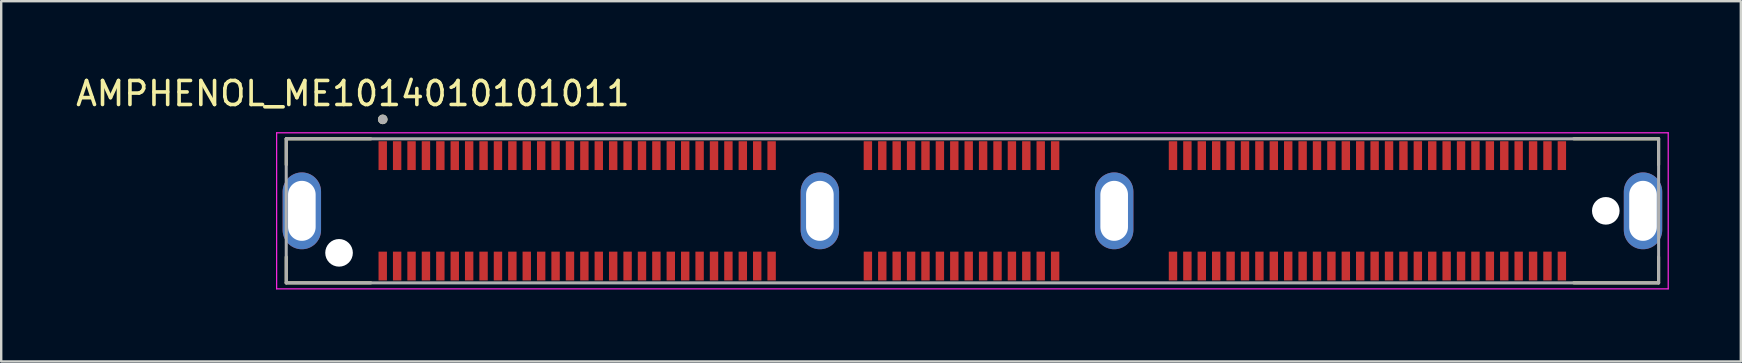
<source format=kicad_pcb>
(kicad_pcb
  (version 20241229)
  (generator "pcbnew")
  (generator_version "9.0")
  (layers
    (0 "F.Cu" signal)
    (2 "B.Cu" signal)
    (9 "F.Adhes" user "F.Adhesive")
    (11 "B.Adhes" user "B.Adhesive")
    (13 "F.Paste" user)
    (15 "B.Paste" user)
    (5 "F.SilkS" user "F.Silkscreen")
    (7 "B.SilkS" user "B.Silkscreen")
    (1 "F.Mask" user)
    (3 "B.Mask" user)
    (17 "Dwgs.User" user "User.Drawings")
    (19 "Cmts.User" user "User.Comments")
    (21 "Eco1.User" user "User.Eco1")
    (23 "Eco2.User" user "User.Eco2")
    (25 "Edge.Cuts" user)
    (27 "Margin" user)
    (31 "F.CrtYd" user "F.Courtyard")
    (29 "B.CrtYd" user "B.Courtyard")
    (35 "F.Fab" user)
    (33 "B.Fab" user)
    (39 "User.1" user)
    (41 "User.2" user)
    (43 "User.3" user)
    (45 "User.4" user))
  (footprint "AMPHENOL_ME1014010101011"
    (layer "F.Cu")
    (at 37.459 5.733)
    (property "Reference" "AMPHENOL_ME1014010101011" (at -25.81 -4.885 0) (layer "F.SilkS") (effects (font (size 1 1) (thickness 0.15))))
    (attr smd)
    (fp_line (start -28.585 -3) (end -28.585 -1.92) (stroke (width 0.127) (type solid)) (layer "F.SilkS"))
    (fp_line (start -28.585 3) (end -28.585 1.92) (stroke (width 0.127) (type solid)) (layer "F.SilkS"))
    (fp_line (start -28.585 3) (end -25.06 3) (stroke (width 0.127) (type solid)) (layer "F.SilkS"))
    (fp_line (start -25.06 -3) (end -28.585 -3) (stroke (width 0.127) (type solid)) (layer "F.SilkS"))
    (fp_line (start 25.05 3) (end 28.585 3) (stroke (width 0.127) (type solid)) (layer "F.SilkS"))
    (fp_line (start 28.585 -3) (end 25.05 -3) (stroke (width 0.127) (type solid)) (layer "F.SilkS"))
    (fp_line (start 28.585 -1.92) (end 28.585 -3) (stroke (width 0.127) (type solid)) (layer "F.SilkS"))
    (fp_line (start 28.585 3) (end 28.585 1.92) (stroke (width 0.127) (type solid)) (layer "F.SilkS"))
    (fp_circle (center -24.565 -3.81) (end -24.465 -3.81) (stroke (width 0.2) (type solid)) (fill no) (layer "F.SilkS"))
    (fp_line (start -28.985 -3.25) (end -28.985 3.25) (stroke (width 0.05) (type solid)) (layer "F.CrtYd"))
    (fp_line (start -28.985 3.25) (end 28.985 3.25) (stroke (width 0.05) (type solid)) (layer "F.CrtYd"))
    (fp_line (start 28.985 -3.25) (end -28.985 -3.25) (stroke (width 0.05) (type solid)) (layer "F.CrtYd"))
    (fp_line (start 28.985 3.25) (end 28.985 -3.25) (stroke (width 0.05) (type solid)) (layer "F.CrtYd"))
    (fp_line (start -28.585 -3) (end -28.585 3) (stroke (width 0.127) (type solid)) (layer "F.Fab"))
    (fp_line (start -28.585 3) (end 28.585 3) (stroke (width 0.127) (type solid)) (layer "F.Fab"))
    (fp_line (start 28.585 -3) (end -28.585 -3) (stroke (width 0.127) (type solid)) (layer "F.Fab"))
    (fp_line (start 28.585 3) (end 28.585 -3) (stroke (width 0.127) (type solid)) (layer "F.Fab"))
    (fp_circle (center -24.565 -3.81) (end -24.465 -3.81) (stroke (width 0.2) (type solid)) (fill no) (layer "F.Fab"))
    (pad "" np_thru_hole circle (at -26.385 1.75) (size 1.15 1.15) (drill 1.15) (layers "*.Cu" "*.Mask"))
    (pad "" np_thru_hole circle (at 26.385 0) (size 1.15 1.15) (drill 1.15) (layers "*.Cu" "*.Mask"))
    (pad "A1" smd rect (at -24.565 -2.3) (size 0.35 1.2) (layers "F.Cu" "F.Mask" "F.Paste"))
    (pad "A2" smd rect (at -23.965 -2.3) (size 0.35 1.2) (layers "F.Cu" "F.Mask" "F.Paste"))
    (pad "A3" smd rect (at -23.365 -2.3) (size 0.35 1.2) (layers "F.Cu" "F.Mask" "F.Paste"))
    (pad "A4" smd rect (at -22.765 -2.3) (size 0.35 1.2) (layers "F.Cu" "F.Mask" "F.Paste"))
    (pad "A5" smd rect (at -22.165 -2.3) (size 0.35 1.2) (layers "F.Cu" "F.Mask" "F.Paste"))
    (pad "A6" smd rect (at -21.565 -2.3) (size 0.35 1.2) (layers "F.Cu" "F.Mask" "F.Paste"))
    (pad "A7" smd rect (at -20.965 -2.3) (size 0.35 1.2) (layers "F.Cu" "F.Mask" "F.Paste"))
    (pad "A8" smd rect (at -20.365 -2.3) (size 0.35 1.2) (layers "F.Cu" "F.Mask" "F.Paste"))
    (pad "A9" smd rect (at -19.765 -2.3) (size 0.35 1.2) (layers "F.Cu" "F.Mask" "F.Paste"))
    (pad "A10" smd rect (at -19.165 -2.3) (size 0.35 1.2) (layers "F.Cu" "F.Mask" "F.Paste"))
    (pad "A11" smd rect (at -18.565 -2.3) (size 0.35 1.2) (layers "F.Cu" "F.Mask" "F.Paste"))
    (pad "A12" smd rect (at -17.965 -2.3) (size 0.35 1.2) (layers "F.Cu" "F.Mask" "F.Paste"))
    (pad "A13" smd rect (at -17.365 -2.3) (size 0.35 1.2) (layers "F.Cu" "F.Mask" "F.Paste"))
    (pad "A14" smd rect (at -16.765 -2.3) (size 0.35 1.2) (layers "F.Cu" "F.Mask" "F.Paste"))
    (pad "A15" smd rect (at -16.165 -2.3) (size 0.35 1.2) (layers "F.Cu" "F.Mask" "F.Paste"))
    (pad "A16" smd rect (at -15.565 -2.3) (size 0.35 1.2) (layers "F.Cu" "F.Mask" "F.Paste"))
    (pad "A17" smd rect (at -14.965 -2.3) (size 0.35 1.2) (layers "F.Cu" "F.Mask" "F.Paste"))
    (pad "A18" smd rect (at -14.365 -2.3) (size 0.35 1.2) (layers "F.Cu" "F.Mask" "F.Paste"))
    (pad "A19" smd rect (at -13.765 -2.3) (size 0.35 1.2) (layers "F.Cu" "F.Mask" "F.Paste"))
    (pad "A20" smd rect (at -13.165 -2.3) (size 0.35 1.2) (layers "F.Cu" "F.Mask" "F.Paste"))
    (pad "A21" smd rect (at -12.565 -2.3) (size 0.35 1.2) (layers "F.Cu" "F.Mask" "F.Paste"))
    (pad "A22" smd rect (at -11.965 -2.3) (size 0.35 1.2) (layers "F.Cu" "F.Mask" "F.Paste"))
    (pad "A23" smd rect (at -11.365 -2.3) (size 0.35 1.2) (layers "F.Cu" "F.Mask" "F.Paste"))
    (pad "A24" smd rect (at -10.765 -2.3) (size 0.35 1.2) (layers "F.Cu" "F.Mask" "F.Paste"))
    (pad "A25" smd rect (at -10.165 -2.3) (size 0.35 1.2) (layers "F.Cu" "F.Mask" "F.Paste"))
    (pad "A26" smd rect (at -9.565 -2.3) (size 0.35 1.2) (layers "F.Cu" "F.Mask" "F.Paste"))
    (pad "A27" smd rect (at -8.965 -2.3) (size 0.35 1.2) (layers "F.Cu" "F.Mask" "F.Paste"))
    (pad "A28" smd rect (at -8.365 -2.3) (size 0.35 1.2) (layers "F.Cu" "F.Mask" "F.Paste"))
    (pad "A29" smd rect (at -4.355 -2.3) (size 0.35 1.2) (layers "F.Cu" "F.Mask" "F.Paste"))
    (pad "A30" smd rect (at -3.755 -2.3) (size 0.35 1.2) (layers "F.Cu" "F.Mask" "F.Paste"))
    (pad "A31" smd rect (at -3.155 -2.3) (size 0.35 1.2) (layers "F.Cu" "F.Mask" "F.Paste"))
    (pad "A32" smd rect (at -2.555 -2.3) (size 0.35 1.2) (layers "F.Cu" "F.Mask" "F.Paste"))
    (pad "A33" smd rect (at -1.955 -2.3) (size 0.35 1.2) (layers "F.Cu" "F.Mask" "F.Paste"))
    (pad "A34" smd rect (at -1.355 -2.3) (size 0.35 1.2) (layers "F.Cu" "F.Mask" "F.Paste"))
    (pad "A35" smd rect (at -0.755 -2.3) (size 0.35 1.2) (layers "F.Cu" "F.Mask" "F.Paste"))
    (pad "A36" smd rect (at -0.155 -2.3) (size 0.35 1.2) (layers "F.Cu" "F.Mask" "F.Paste"))
    (pad "A37" smd rect (at 0.445 -2.3) (size 0.35 1.2) (layers "F.Cu" "F.Mask" "F.Paste"))
    (pad "A38" smd rect (at 1.045 -2.3) (size 0.35 1.2) (layers "F.Cu" "F.Mask" "F.Paste"))
    (pad "A39" smd rect (at 1.645 -2.3) (size 0.35 1.2) (layers "F.Cu" "F.Mask" "F.Paste"))
    (pad "A40" smd rect (at 2.245 -2.3) (size 0.35 1.2) (layers "F.Cu" "F.Mask" "F.Paste"))
    (pad "A41" smd rect (at 2.845 -2.3) (size 0.35 1.2) (layers "F.Cu" "F.Mask" "F.Paste"))
    (pad "A42" smd rect (at 3.445 -2.3) (size 0.35 1.2) (layers "F.Cu" "F.Mask" "F.Paste"))
    (pad "A43" smd rect (at 8.355 -2.3) (size 0.35 1.2) (layers "F.Cu" "F.Mask" "F.Paste"))
    (pad "A44" smd rect (at 8.955 -2.3) (size 0.35 1.2) (layers "F.Cu" "F.Mask" "F.Paste"))
    (pad "A45" smd rect (at 9.555 -2.3) (size 0.35 1.2) (layers "F.Cu" "F.Mask" "F.Paste"))
    (pad "A46" smd rect (at 10.155 -2.3) (size 0.35 1.2) (layers "F.Cu" "F.Mask" "F.Paste"))
    (pad "A47" smd rect (at 10.755 -2.3) (size 0.35 1.2) (layers "F.Cu" "F.Mask" "F.Paste"))
    (pad "A48" smd rect (at 11.355 -2.3) (size 0.35 1.2) (layers "F.Cu" "F.Mask" "F.Paste"))
    (pad "A49" smd rect (at 11.955 -2.3) (size 0.35 1.2) (layers "F.Cu" "F.Mask" "F.Paste"))
    (pad "A50" smd rect (at 12.555 -2.3) (size 0.35 1.2) (layers "F.Cu" "F.Mask" "F.Paste"))
    (pad "A51" smd rect (at 13.155 -2.3) (size 0.35 1.2) (layers "F.Cu" "F.Mask" "F.Paste"))
    (pad "A52" smd rect (at 13.755 -2.3) (size 0.35 1.2) (layers "F.Cu" "F.Mask" "F.Paste"))
    (pad "A53" smd rect (at 14.355 -2.3) (size 0.35 1.2) (layers "F.Cu" "F.Mask" "F.Paste"))
    (pad "A54" smd rect (at 14.955 -2.3) (size 0.35 1.2) (layers "F.Cu" "F.Mask" "F.Paste"))
    (pad "A55" smd rect (at 15.555 -2.3) (size 0.35 1.2) (layers "F.Cu" "F.Mask" "F.Paste"))
    (pad "A56" smd rect (at 16.155 -2.3) (size 0.35 1.2) (layers "F.Cu" "F.Mask" "F.Paste"))
    (pad "A57" smd rect (at 16.755 -2.3) (size 0.35 1.2) (layers "F.Cu" "F.Mask" "F.Paste"))
    (pad "A58" smd rect (at 17.355 -2.3) (size 0.35 1.2) (layers "F.Cu" "F.Mask" "F.Paste"))
    (pad "A59" smd rect (at 17.955 -2.3) (size 0.35 1.2) (layers "F.Cu" "F.Mask" "F.Paste"))
    (pad "A60" smd rect (at 18.555 -2.3) (size 0.35 1.2) (layers "F.Cu" "F.Mask" "F.Paste"))
    (pad "A61" smd rect (at 19.155 -2.3) (size 0.35 1.2) (layers "F.Cu" "F.Mask" "F.Paste"))
    (pad "A62" smd rect (at 19.755 -2.3) (size 0.35 1.2) (layers "F.Cu" "F.Mask" "F.Paste"))
    (pad "A63" smd rect (at 20.355 -2.3) (size 0.35 1.2) (layers "F.Cu" "F.Mask" "F.Paste"))
    (pad "A64" smd rect (at 20.955 -2.3) (size 0.35 1.2) (layers "F.Cu" "F.Mask" "F.Paste"))
    (pad "A65" smd rect (at 21.555 -2.3) (size 0.35 1.2) (layers "F.Cu" "F.Mask" "F.Paste"))
    (pad "A66" smd rect (at 22.155 -2.3) (size 0.35 1.2) (layers "F.Cu" "F.Mask" "F.Paste"))
    (pad "A67" smd rect (at 22.755 -2.3) (size 0.35 1.2) (layers "F.Cu" "F.Mask" "F.Paste"))
    (pad "A68" smd rect (at 23.355 -2.3) (size 0.35 1.2) (layers "F.Cu" "F.Mask" "F.Paste"))
    (pad "A69" smd rect (at 23.955 -2.3) (size 0.35 1.2) (layers "F.Cu" "F.Mask" "F.Paste"))
    (pad "A70" smd rect (at 24.555 -2.3) (size 0.35 1.2) (layers "F.Cu" "F.Mask" "F.Paste"))
    (pad "B1" smd rect (at -24.565 2.3) (size 0.35 1.2) (layers "F.Cu" "F.Mask" "F.Paste"))
    (pad "B2" smd rect (at -23.965 2.3) (size 0.35 1.2) (layers "F.Cu" "F.Mask" "F.Paste"))
    (pad "B3" smd rect (at -23.365 2.3) (size 0.35 1.2) (layers "F.Cu" "F.Mask" "F.Paste"))
    (pad "B4" smd rect (at -22.765 2.3) (size 0.35 1.2) (layers "F.Cu" "F.Mask" "F.Paste"))
    (pad "B5" smd rect (at -22.165 2.3) (size 0.35 1.2) (layers "F.Cu" "F.Mask" "F.Paste"))
    (pad "B6" smd rect (at -21.565 2.3) (size 0.35 1.2) (layers "F.Cu" "F.Mask" "F.Paste"))
    (pad "B7" smd rect (at -20.965 2.3) (size 0.35 1.2) (layers "F.Cu" "F.Mask" "F.Paste"))
    (pad "B8" smd rect (at -20.365 2.3) (size 0.35 1.2) (layers "F.Cu" "F.Mask" "F.Paste"))
    (pad "B9" smd rect (at -19.765 2.3) (size 0.35 1.2) (layers "F.Cu" "F.Mask" "F.Paste"))
    (pad "B10" smd rect (at -19.165 2.3) (size 0.35 1.2) (layers "F.Cu" "F.Mask" "F.Paste"))
    (pad "B11" smd rect (at -18.565 2.3) (size 0.35 1.2) (layers "F.Cu" "F.Mask" "F.Paste"))
    (pad "B12" smd rect (at -17.965 2.3) (size 0.35 1.2) (layers "F.Cu" "F.Mask" "F.Paste"))
    (pad "B13" smd rect (at -17.365 2.3) (size 0.35 1.2) (layers "F.Cu" "F.Mask" "F.Paste"))
    (pad "B14" smd rect (at -16.765 2.3) (size 0.35 1.2) (layers "F.Cu" "F.Mask" "F.Paste"))
    (pad "B15" smd rect (at -16.165 2.3) (size 0.35 1.2) (layers "F.Cu" "F.Mask" "F.Paste"))
    (pad "B16" smd rect (at -15.565 2.3) (size 0.35 1.2) (layers "F.Cu" "F.Mask" "F.Paste"))
    (pad "B17" smd rect (at -14.965 2.3) (size 0.35 1.2) (layers "F.Cu" "F.Mask" "F.Paste"))
    (pad "B18" smd rect (at -14.365 2.3) (size 0.35 1.2) (layers "F.Cu" "F.Mask" "F.Paste"))
    (pad "B19" smd rect (at -13.765 2.3) (size 0.35 1.2) (layers "F.Cu" "F.Mask" "F.Paste"))
    (pad "B20" smd rect (at -13.165 2.3) (size 0.35 1.2) (layers "F.Cu" "F.Mask" "F.Paste"))
    (pad "B21" smd rect (at -12.565 2.3) (size 0.35 1.2) (layers "F.Cu" "F.Mask" "F.Paste"))
    (pad "B22" smd rect (at -11.965 2.3) (size 0.35 1.2) (layers "F.Cu" "F.Mask" "F.Paste"))
    (pad "B23" smd rect (at -11.365 2.3) (size 0.35 1.2) (layers "F.Cu" "F.Mask" "F.Paste"))
    (pad "B24" smd rect (at -10.765 2.3) (size 0.35 1.2) (layers "F.Cu" "F.Mask" "F.Paste"))
    (pad "B25" smd rect (at -10.165 2.3) (size 0.35 1.2) (layers "F.Cu" "F.Mask" "F.Paste"))
    (pad "B26" smd rect (at -9.565 2.3) (size 0.35 1.2) (layers "F.Cu" "F.Mask" "F.Paste"))
    (pad "B27" smd rect (at -8.965 2.3) (size 0.35 1.2) (layers "F.Cu" "F.Mask" "F.Paste"))
    (pad "B28" smd rect (at -8.365 2.3) (size 0.35 1.2) (layers "F.Cu" "F.Mask" "F.Paste"))
    (pad "B29" smd rect (at -4.355 2.3) (size 0.35 1.2) (layers "F.Cu" "F.Mask" "F.Paste"))
    (pad "B30" smd rect (at -3.755 2.3) (size 0.35 1.2) (layers "F.Cu" "F.Mask" "F.Paste"))
    (pad "B31" smd rect (at -3.155 2.3) (size 0.35 1.2) (layers "F.Cu" "F.Mask" "F.Paste"))
    (pad "B32" smd rect (at -2.555 2.3) (size 0.35 1.2) (layers "F.Cu" "F.Mask" "F.Paste"))
    (pad "B33" smd rect (at -1.955 2.3) (size 0.35 1.2) (layers "F.Cu" "F.Mask" "F.Paste"))
    (pad "B34" smd rect (at -1.355 2.3) (size 0.35 1.2) (layers "F.Cu" "F.Mask" "F.Paste"))
    (pad "B35" smd rect (at -0.755 2.3) (size 0.35 1.2) (layers "F.Cu" "F.Mask" "F.Paste"))
    (pad "B36" smd rect (at -0.155 2.3) (size 0.35 1.2) (layers "F.Cu" "F.Mask" "F.Paste"))
    (pad "B37" smd rect (at 0.445 2.3) (size 0.35 1.2) (layers "F.Cu" "F.Mask" "F.Paste"))
    (pad "B38" smd rect (at 1.045 2.3) (size 0.35 1.2) (layers "F.Cu" "F.Mask" "F.Paste"))
    (pad "B39" smd rect (at 1.645 2.3) (size 0.35 1.2) (layers "F.Cu" "F.Mask" "F.Paste"))
    (pad "B40" smd rect (at 2.245 2.3) (size 0.35 1.2) (layers "F.Cu" "F.Mask" "F.Paste"))
    (pad "B41" smd rect (at 2.845 2.3) (size 0.35 1.2) (layers "F.Cu" "F.Mask" "F.Paste"))
    (pad "B42" smd rect (at 3.445 2.3) (size 0.35 1.2) (layers "F.Cu" "F.Mask" "F.Paste"))
    (pad "B43" smd rect (at 8.355 2.3) (size 0.35 1.2) (layers "F.Cu" "F.Mask" "F.Paste"))
    (pad "B44" smd rect (at 8.955 2.3) (size 0.35 1.2) (layers "F.Cu" "F.Mask" "F.Paste"))
    (pad "B45" smd rect (at 9.555 2.3) (size 0.35 1.2) (layers "F.Cu" "F.Mask" "F.Paste"))
    (pad "B46" smd rect (at 10.155 2.3) (size 0.35 1.2) (layers "F.Cu" "F.Mask" "F.Paste"))
    (pad "B47" smd rect (at 10.755 2.3) (size 0.35 1.2) (layers "F.Cu" "F.Mask" "F.Paste"))
    (pad "B48" smd rect (at 11.355 2.3) (size 0.35 1.2) (layers "F.Cu" "F.Mask" "F.Paste"))
    (pad "B49" smd rect (at 11.955 2.3) (size 0.35 1.2) (layers "F.Cu" "F.Mask" "F.Paste"))
    (pad "B50" smd rect (at 12.555 2.3) (size 0.35 1.2) (layers "F.Cu" "F.Mask" "F.Paste"))
    (pad "B51" smd rect (at 13.155 2.3) (size 0.35 1.2) (layers "F.Cu" "F.Mask" "F.Paste"))
    (pad "B52" smd rect (at 13.755 2.3) (size 0.35 1.2) (layers "F.Cu" "F.Mask" "F.Paste"))
    (pad "B53" smd rect (at 14.355 2.3) (size 0.35 1.2) (layers "F.Cu" "F.Mask" "F.Paste"))
    (pad "B54" smd rect (at 14.955 2.3) (size 0.35 1.2) (layers "F.Cu" "F.Mask" "F.Paste"))
    (pad "B55" smd rect (at 15.555 2.3) (size 0.35 1.2) (layers "F.Cu" "F.Mask" "F.Paste"))
    (pad "B56" smd rect (at 16.155 2.3) (size 0.35 1.2) (layers "F.Cu" "F.Mask" "F.Paste"))
    (pad "B57" smd rect (at 16.755 2.3) (size 0.35 1.2) (layers "F.Cu" "F.Mask" "F.Paste"))
    (pad "B58" smd rect (at 17.355 2.3) (size 0.35 1.2) (layers "F.Cu" "F.Mask" "F.Paste"))
    (pad "B59" smd rect (at 17.955 2.3) (size 0.35 1.2) (layers "F.Cu" "F.Mask" "F.Paste"))
    (pad "B60" smd rect (at 18.555 2.3) (size 0.35 1.2) (layers "F.Cu" "F.Mask" "F.Paste"))
    (pad "B61" smd rect (at 19.155 2.3) (size 0.35 1.2) (layers "F.Cu" "F.Mask" "F.Paste"))
    (pad "B62" smd rect (at 19.755 2.3) (size 0.35 1.2) (layers "F.Cu" "F.Mask" "F.Paste"))
    (pad "B63" smd rect (at 20.355 2.3) (size 0.35 1.2) (layers "F.Cu" "F.Mask" "F.Paste"))
    (pad "B64" smd rect (at 20.955 2.3) (size 0.35 1.2) (layers "F.Cu" "F.Mask" "F.Paste"))
    (pad "B65" smd rect (at 21.555 2.3) (size 0.35 1.2) (layers "F.Cu" "F.Mask" "F.Paste"))
    (pad "B66" smd rect (at 22.155 2.3) (size 0.35 1.2) (layers "F.Cu" "F.Mask" "F.Paste"))
    (pad "B67" smd rect (at 22.755 2.3) (size 0.35 1.2) (layers "F.Cu" "F.Mask" "F.Paste"))
    (pad "B68" smd rect (at 23.355 2.3) (size 0.35 1.2) (layers "F.Cu" "F.Mask" "F.Paste"))
    (pad "B69" smd rect (at 23.955 2.3) (size 0.35 1.2) (layers "F.Cu" "F.Mask" "F.Paste"))
    (pad "B70" smd rect (at 24.555 2.3) (size 0.35 1.2) (layers "F.Cu" "F.Mask" "F.Paste"))
    (pad "SH1" thru_hole oval (at -27.935 0) (size 1.6 3.2) (drill oval 1.15 2.5) (layers "*.Cu" "*.Mask"))
    (pad "SH2" thru_hole oval (at -6.355 0) (size 1.6 3.2) (drill oval 1.15 2.5) (layers "*.Cu" "*.Mask"))
    (pad "SH3" thru_hole oval (at 5.905 0) (size 1.6 3.2) (drill oval 1.15 2.5) (layers "*.Cu" "*.Mask"))
    (pad "SH4" thru_hole oval (at 27.935 0) (size 1.6 3.2) (drill oval 1.15 2.5) (layers "*.Cu" "*.Mask")))
  (gr_rect
    (start -3 -3)
    (end 69.469 12.008)
    (stroke (width 0.1) (type default))
    (fill no)
    (layer "Edge.Cuts")))
</source>
